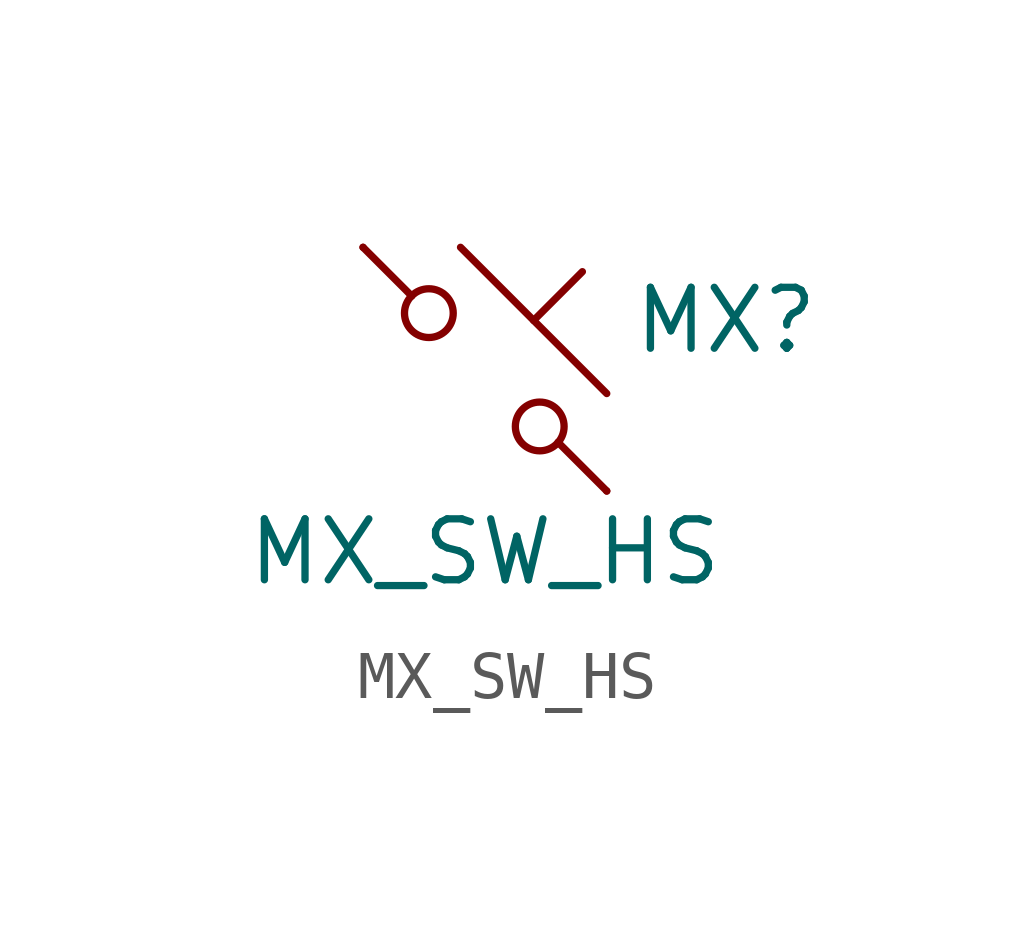
<source format=kicad_sym>
(kicad_symbol_lib
  (version 20220914)
  (generator kicad_symbol_editor)
  (symbol "MX_SW_HS"
    (pin_numbers hide)
    (pin_names
      (offset 1.016) hide)
    (property "Reference" "MX"
      (at 3.048 1.016 0)
      (effects (font (size 1.27 1.27)) (justify left)))
    (property "Value" "MX_SW_HS"
      (at 0 -3.81 0)
      (effects (font (size 1.27 1.27))))
    (symbol "MX_SW_HS_0_1"
      (circle (center -1.168 1.168) (radius 0.508) (stroke (width 0) (type default)) (fill (type none)))
      (polyline (pts (xy -0.508 2.54) (xy 2.54 -0.508)) (stroke (width 0) (type default)) (fill (type none)))
      (polyline (pts (xy 1.016 1.016) (xy 2.032 2.032)) (stroke (width 0) (type default)) (fill (type none)))
      (polyline (pts (xy -2.54 2.54) (xy -1.524 1.524) (xy -1.524 1.524)) (stroke (width 0) (type default)) (fill (type none)))
      (polyline (pts (xy 1.524 -1.524) (xy 2.54 -2.54) (xy 2.54 -2.54) (xy 2.54 -2.54)) (stroke (width 0) (type default)) (fill (type none)))
      (circle (center 1.143 -1.194) (radius 0.508) (stroke (width 0) (type default)) (fill (type none)))
      (pin passive line (at -2.54 2.54 0) (length 0) (name "1" (effects (font (size 1.27 1.27)))) (number "1" (effects (font (size 1.27 1.27)))))
      (pin passive line (at 2.54 -2.54 180) (length 0) (name "2" (effects (font (size 1.27 1.27)))) (number "2" (effects (font (size 1.27 1.27))))))))
</source>
